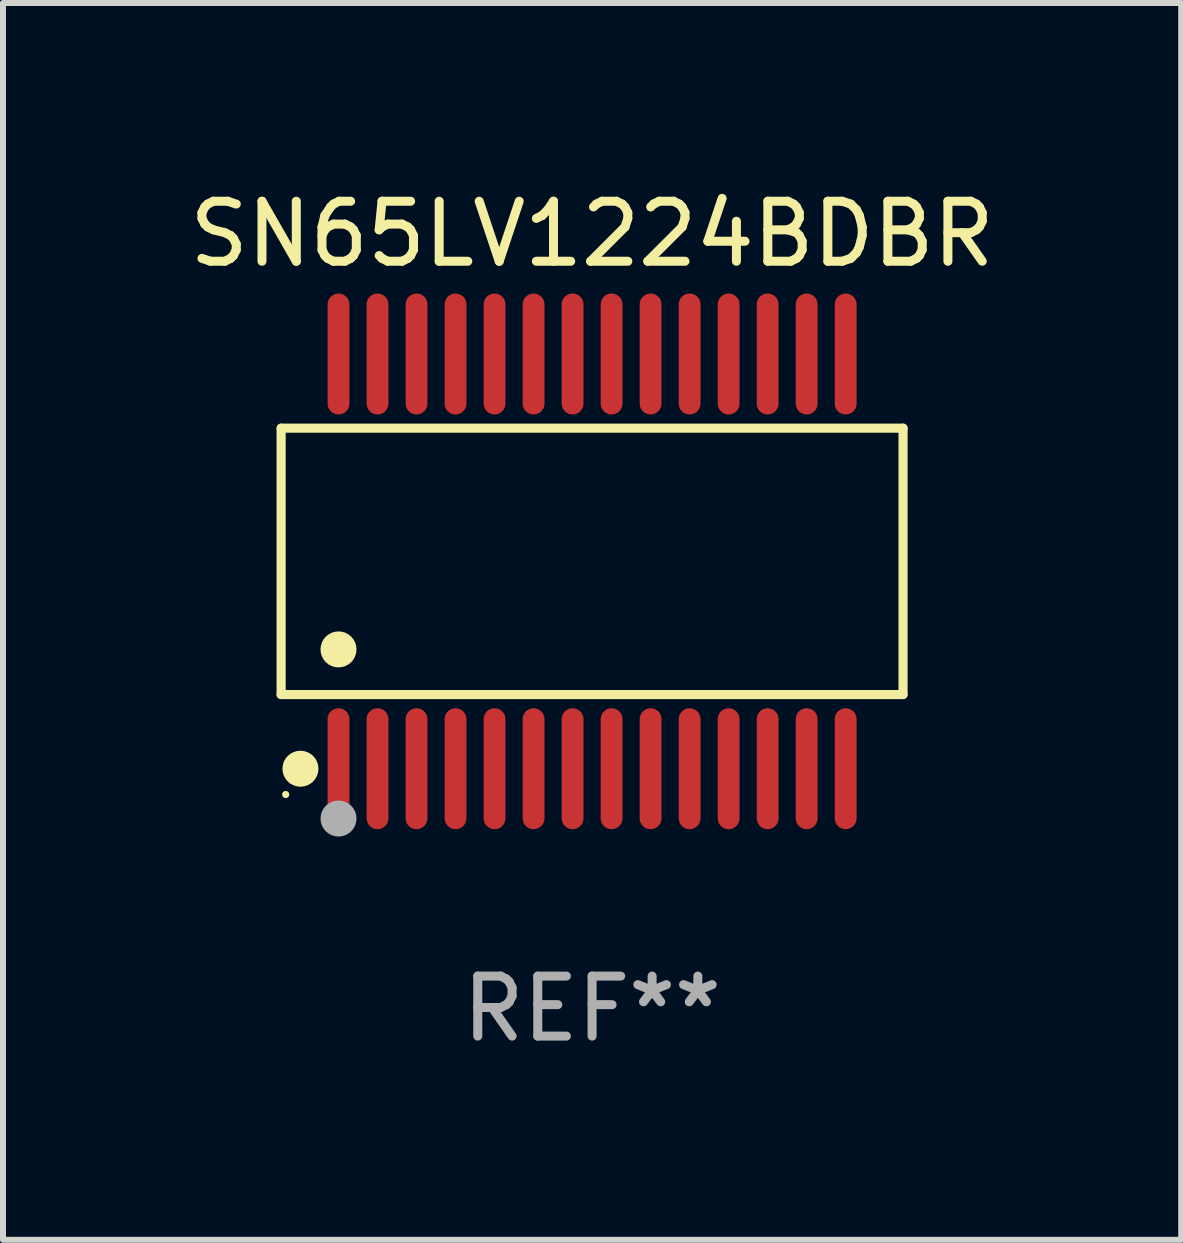
<source format=kicad_pcb>
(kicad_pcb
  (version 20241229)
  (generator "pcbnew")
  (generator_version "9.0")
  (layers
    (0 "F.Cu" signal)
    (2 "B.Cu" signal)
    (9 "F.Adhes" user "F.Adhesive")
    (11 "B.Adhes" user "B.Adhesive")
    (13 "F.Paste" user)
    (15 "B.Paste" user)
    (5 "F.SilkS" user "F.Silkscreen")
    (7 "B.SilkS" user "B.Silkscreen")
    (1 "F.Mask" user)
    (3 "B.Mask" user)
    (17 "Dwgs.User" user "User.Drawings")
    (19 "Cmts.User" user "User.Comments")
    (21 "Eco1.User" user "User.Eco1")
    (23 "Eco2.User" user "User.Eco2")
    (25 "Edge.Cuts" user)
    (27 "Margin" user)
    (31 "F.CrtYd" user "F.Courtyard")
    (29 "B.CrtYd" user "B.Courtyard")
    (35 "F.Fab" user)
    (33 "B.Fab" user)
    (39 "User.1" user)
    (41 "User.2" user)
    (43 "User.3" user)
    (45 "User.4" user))
  (footprint "SN65LV1224BDBR"
    (layer "F.Cu")
    (at 6.815 6.303)
    (property "Reference" "SN65LV1224BDBR" (at 0 -5.455 0) (layer "F.SilkS") (effects (font (size 1 1) (thickness 0.15))))
    (attr through_hole)
    (fp_line (start -5.181 -2.219) (end 5.181 -2.219) (stroke (width 0.152) (type solid)) (layer "F.SilkS"))
    (fp_line (start -5.181 2.219) (end -5.181 -2.219) (stroke (width 0.152) (type solid)) (layer "F.SilkS"))
    (fp_line (start 5.181 -2.219) (end 5.181 2.219) (stroke (width 0.152) (type solid)) (layer "F.SilkS"))
    (fp_line (start 5.181 2.219) (end -5.181 2.219) (stroke (width 0.152) (type solid)) (layer "F.SilkS"))
    (fp_circle (center -5.105 3.885) (end -5.075 3.885) (stroke (width 0.06) (type solid)) (fill no) (layer "F.SilkS"))
    (fp_circle (center -4.859 3.455) (end -4.709 3.455) (stroke (width 0.3) (type solid)) (fill no) (layer "F.SilkS"))
    (fp_circle (center -4.225 1.467) (end -4.075 1.467) (stroke (width 0.3) (type solid)) (fill no) (layer "F.SilkS"))
    (fp_circle (center -4.225 4.285) (end -4.075 4.285) (stroke (width 0.3) (type solid)) (fill no) (layer "F.Fab"))
    (fp_text user "REF**" (at 0 7.455 0) (layer "F.Fab") (effects (font (size 1 1) (thickness 0.15))))
    (pad "1" smd oval (at -4.225 3.455) (size 0.364 2.015) (layers "F.Cu" "F.Mask" "F.Paste"))
    (pad "2" smd oval (at -3.575 3.455) (size 0.364 2.015) (layers "F.Cu" "F.Mask" "F.Paste"))
    (pad "3" smd oval (at -2.925 3.455) (size 0.364 2.015) (layers "F.Cu" "F.Mask" "F.Paste"))
    (pad "4" smd oval (at -2.275 3.455) (size 0.364 2.015) (layers "F.Cu" "F.Mask" "F.Paste"))
    (pad "5" smd oval (at -1.625 3.455) (size 0.364 2.015) (layers "F.Cu" "F.Mask" "F.Paste"))
    (pad "6" smd oval (at -0.975 3.455) (size 0.364 2.015) (layers "F.Cu" "F.Mask" "F.Paste"))
    (pad "7" smd oval (at -0.325 3.455) (size 0.364 2.015) (layers "F.Cu" "F.Mask" "F.Paste"))
    (pad "8" smd oval (at 0.325 3.455) (size 0.364 2.015) (layers "F.Cu" "F.Mask" "F.Paste"))
    (pad "9" smd oval (at 0.975 3.455) (size 0.364 2.015) (layers "F.Cu" "F.Mask" "F.Paste"))
    (pad "10" smd oval (at 1.625 3.455) (size 0.364 2.015) (layers "F.Cu" "F.Mask" "F.Paste"))
    (pad "11" smd oval (at 2.275 3.455) (size 0.364 2.015) (layers "F.Cu" "F.Mask" "F.Paste"))
    (pad "12" smd oval (at 2.925 3.455) (size 0.364 2.015) (layers "F.Cu" "F.Mask" "F.Paste"))
    (pad "13" smd oval (at 3.575 3.455) (size 0.364 2.015) (layers "F.Cu" "F.Mask" "F.Paste"))
    (pad "14" smd oval (at 4.225 3.455) (size 0.364 2.015) (layers "F.Cu" "F.Mask" "F.Paste"))
    (pad "15" smd oval (at 4.225 -3.455) (size 0.364 2.015) (layers "F.Cu" "F.Mask" "F.Paste"))
    (pad "16" smd oval (at 3.575 -3.455) (size 0.364 2.015) (layers "F.Cu" "F.Mask" "F.Paste"))
    (pad "17" smd oval (at 2.925 -3.455) (size 0.364 2.015) (layers "F.Cu" "F.Mask" "F.Paste"))
    (pad "18" smd oval (at 2.275 -3.455) (size 0.364 2.015) (layers "F.Cu" "F.Mask" "F.Paste"))
    (pad "19" smd oval (at 1.625 -3.455) (size 0.364 2.015) (layers "F.Cu" "F.Mask" "F.Paste"))
    (pad "20" smd oval (at 0.975 -3.455) (size 0.364 2.015) (layers "F.Cu" "F.Mask" "F.Paste"))
    (pad "21" smd oval (at 0.325 -3.455) (size 0.364 2.015) (layers "F.Cu" "F.Mask" "F.Paste"))
    (pad "22" smd oval (at -0.325 -3.455) (size 0.364 2.015) (layers "F.Cu" "F.Mask" "F.Paste"))
    (pad "23" smd oval (at -0.975 -3.455) (size 0.364 2.015) (layers "F.Cu" "F.Mask" "F.Paste"))
    (pad "24" smd oval (at -1.625 -3.455) (size 0.364 2.015) (layers "F.Cu" "F.Mask" "F.Paste"))
    (pad "25" smd oval (at -2.275 -3.455) (size 0.364 2.015) (layers "F.Cu" "F.Mask" "F.Paste"))
    (pad "26" smd oval (at -2.925 -3.455) (size 0.364 2.015) (layers "F.Cu" "F.Mask" "F.Paste"))
    (pad "27" smd oval (at -3.575 -3.455) (size 0.364 2.015) (layers "F.Cu" "F.Mask" "F.Paste"))
    (pad "28" smd oval (at -4.225 -3.455) (size 0.364 2.015) (layers "F.Cu" "F.Mask" "F.Paste")))
  (gr_rect
    (start -3 -3)
    (end 16.631 17.607)
    (stroke (width 0.1) (type default))
    (fill no)
    (layer "Edge.Cuts")))
</source>
